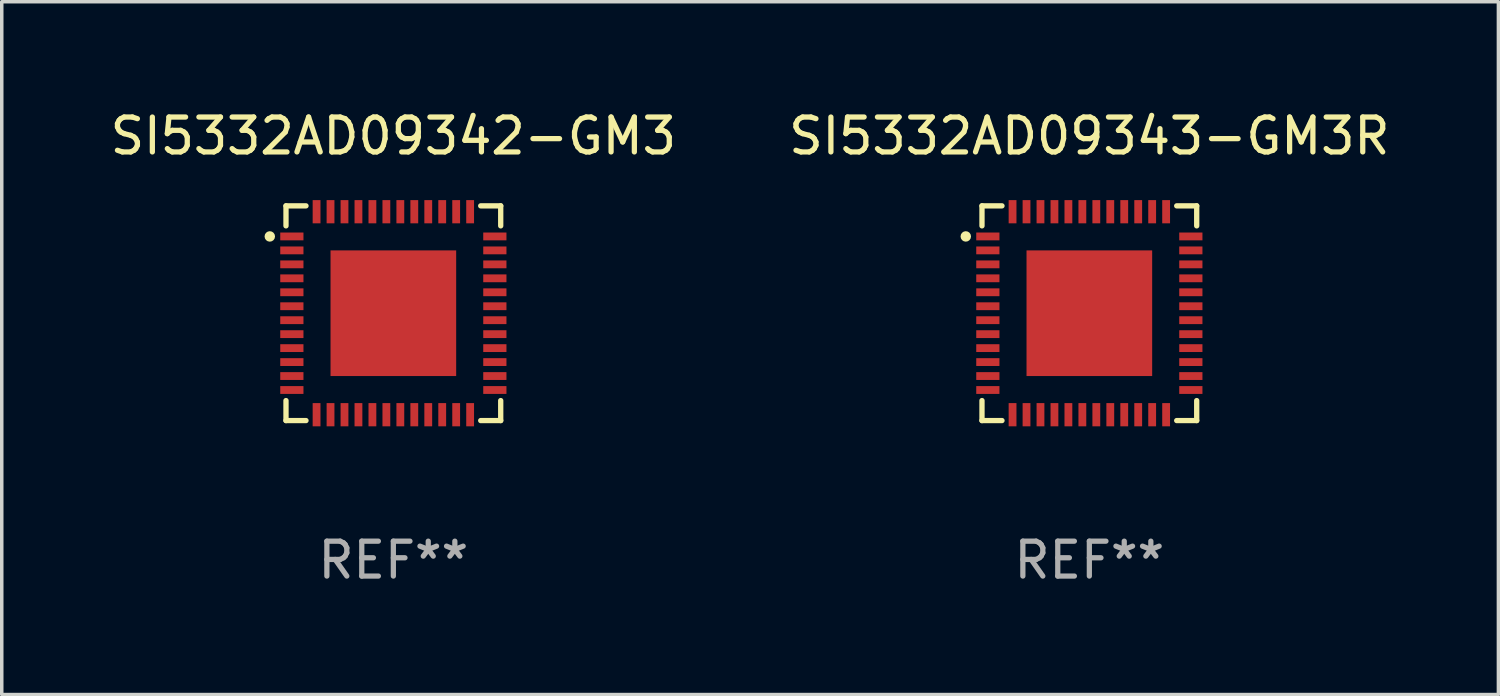
<source format=kicad_pcb>
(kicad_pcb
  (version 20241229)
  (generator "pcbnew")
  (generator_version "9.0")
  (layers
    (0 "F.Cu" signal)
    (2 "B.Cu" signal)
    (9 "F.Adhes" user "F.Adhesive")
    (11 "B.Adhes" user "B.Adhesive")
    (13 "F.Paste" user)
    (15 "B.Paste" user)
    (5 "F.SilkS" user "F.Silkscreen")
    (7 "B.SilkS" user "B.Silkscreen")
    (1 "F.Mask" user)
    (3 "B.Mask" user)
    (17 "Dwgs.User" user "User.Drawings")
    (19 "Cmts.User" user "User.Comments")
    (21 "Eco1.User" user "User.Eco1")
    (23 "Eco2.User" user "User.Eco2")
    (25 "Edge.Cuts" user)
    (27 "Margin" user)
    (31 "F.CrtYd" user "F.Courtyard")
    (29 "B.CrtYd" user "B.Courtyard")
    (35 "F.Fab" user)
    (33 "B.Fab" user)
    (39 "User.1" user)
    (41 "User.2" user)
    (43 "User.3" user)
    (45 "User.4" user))
  (footprint "SI5332AD09343-GM3R"
    (layer "F.Cu")
    (at 28.161 5.924)
    (property "Reference" "SI5332AD09343-GM3R" (at 0 -5.076 0) (layer "F.SilkS") (effects (font (size 1 1) (thickness 0.15))))
    (attr through_hole)
    (fp_line (start -3.076 -3.076) (end -3.076 -2.503) (stroke (width 0.152) (type solid)) (layer "F.SilkS"))
    (fp_line (start -3.076 3.076) (end -3.076 2.503) (stroke (width 0.152) (type solid)) (layer "F.SilkS"))
    (fp_line (start -2.503 -3.076) (end -3.076 -3.076) (stroke (width 0.152) (type solid)) (layer "F.SilkS"))
    (fp_line (start -2.503 3.076) (end -3.076 3.076) (stroke (width 0.152) (type solid)) (layer "F.SilkS"))
    (fp_line (start 2.503 -3.076) (end 3.076 -3.076) (stroke (width 0.152) (type solid)) (layer "F.SilkS"))
    (fp_line (start 2.503 3.076) (end 3.076 3.076) (stroke (width 0.152) (type solid)) (layer "F.SilkS"))
    (fp_line (start 3.076 -3.076) (end 3.076 -2.503) (stroke (width 0.152) (type solid)) (layer "F.SilkS"))
    (fp_line (start 3.076 3.076) (end 3.076 2.503) (stroke (width 0.152) (type solid)) (layer "F.SilkS"))
    (fp_circle (center -3.54 -2.2) (end -3.465 -2.2) (stroke (width 0.15) (type solid)) (fill no) (layer "F.SilkS"))
    (fp_text user "REF**" (at 0 7.076 0) (layer "F.Fab") (effects (font (size 1 1) (thickness 0.15))))
    (pad "1" smd rect (at -2.908 -2.2) (size 0.665 0.224) (layers "F.Cu" "F.Mask" "F.Paste"))
    (pad "2" smd rect (at -2.908 -1.8) (size 0.665 0.224) (layers "F.Cu" "F.Mask" "F.Paste"))
    (pad "3" smd rect (at -2.908 -1.4) (size 0.665 0.224) (layers "F.Cu" "F.Mask" "F.Paste"))
    (pad "4" smd rect (at -2.908 -1) (size 0.665 0.224) (layers "F.Cu" "F.Mask" "F.Paste"))
    (pad "5" smd rect (at -2.908 -0.6) (size 0.665 0.224) (layers "F.Cu" "F.Mask" "F.Paste"))
    (pad "6" smd rect (at -2.908 -0.2) (size 0.665 0.224) (layers "F.Cu" "F.Mask" "F.Paste"))
    (pad "7" smd rect (at -2.908 0.2) (size 0.665 0.224) (layers "F.Cu" "F.Mask" "F.Paste"))
    (pad "8" smd rect (at -2.908 0.6) (size 0.665 0.224) (layers "F.Cu" "F.Mask" "F.Paste"))
    (pad "9" smd rect (at -2.908 1) (size 0.665 0.224) (layers "F.Cu" "F.Mask" "F.Paste"))
    (pad "10" smd rect (at -2.908 1.4) (size 0.665 0.224) (layers "F.Cu" "F.Mask" "F.Paste"))
    (pad "11" smd rect (at -2.908 1.8) (size 0.665 0.224) (layers "F.Cu" "F.Mask" "F.Paste"))
    (pad "12" smd rect (at -2.908 2.2) (size 0.665 0.224) (layers "F.Cu" "F.Mask" "F.Paste"))
    (pad "13" smd rect (at -2.2 2.908) (size 0.224 0.665) (layers "F.Cu" "F.Mask" "F.Paste"))
    (pad "14" smd rect (at -1.8 2.908) (size 0.224 0.665) (layers "F.Cu" "F.Mask" "F.Paste"))
    (pad "15" smd rect (at -1.4 2.908) (size 0.224 0.665) (layers "F.Cu" "F.Mask" "F.Paste"))
    (pad "16" smd rect (at -1 2.908) (size 0.224 0.665) (layers "F.Cu" "F.Mask" "F.Paste"))
    (pad "17" smd rect (at -0.6 2.908) (size 0.224 0.665) (layers "F.Cu" "F.Mask" "F.Paste"))
    (pad "18" smd rect (at -0.2 2.908) (size 0.224 0.665) (layers "F.Cu" "F.Mask" "F.Paste"))
    (pad "19" smd rect (at 0.2 2.908) (size 0.224 0.665) (layers "F.Cu" "F.Mask" "F.Paste"))
    (pad "20" smd rect (at 0.6 2.908) (size 0.224 0.665) (layers "F.Cu" "F.Mask" "F.Paste"))
    (pad "21" smd rect (at 1 2.908) (size 0.224 0.665) (layers "F.Cu" "F.Mask" "F.Paste"))
    (pad "22" smd rect (at 1.4 2.908) (size 0.224 0.665) (layers "F.Cu" "F.Mask" "F.Paste"))
    (pad "23" smd rect (at 1.8 2.908) (size 0.224 0.665) (layers "F.Cu" "F.Mask" "F.Paste"))
    (pad "24" smd rect (at 2.2 2.908) (size 0.224 0.665) (layers "F.Cu" "F.Mask" "F.Paste"))
    (pad "25" smd rect (at 2.908 2.2) (size 0.665 0.224) (layers "F.Cu" "F.Mask" "F.Paste"))
    (pad "26" smd rect (at 2.908 1.8) (size 0.665 0.224) (layers "F.Cu" "F.Mask" "F.Paste"))
    (pad "27" smd rect (at 2.908 1.4) (size 0.665 0.224) (layers "F.Cu" "F.Mask" "F.Paste"))
    (pad "28" smd rect (at 2.908 1) (size 0.665 0.224) (layers "F.Cu" "F.Mask" "F.Paste"))
    (pad "29" smd rect (at 2.908 0.6) (size 0.665 0.224) (layers "F.Cu" "F.Mask" "F.Paste"))
    (pad "30" smd rect (at 2.908 0.2) (size 0.665 0.224) (layers "F.Cu" "F.Mask" "F.Paste"))
    (pad "31" smd rect (at 2.908 -0.2) (size 0.665 0.224) (layers "F.Cu" "F.Mask" "F.Paste"))
    (pad "32" smd rect (at 2.908 -0.6) (size 0.665 0.224) (layers "F.Cu" "F.Mask" "F.Paste"))
    (pad "33" smd rect (at 2.908 -1) (size 0.665 0.224) (layers "F.Cu" "F.Mask" "F.Paste"))
    (pad "34" smd rect (at 2.908 -1.4) (size 0.665 0.224) (layers "F.Cu" "F.Mask" "F.Paste"))
    (pad "35" smd rect (at 2.908 -1.8) (size 0.665 0.224) (layers "F.Cu" "F.Mask" "F.Paste"))
    (pad "36" smd rect (at 2.908 -2.2) (size 0.665 0.224) (layers "F.Cu" "F.Mask" "F.Paste"))
    (pad "37" smd rect (at 2.2 -2.908) (size 0.224 0.665) (layers "F.Cu" "F.Mask" "F.Paste"))
    (pad "38" smd rect (at 1.8 -2.908) (size 0.224 0.665) (layers "F.Cu" "F.Mask" "F.Paste"))
    (pad "39" smd rect (at 1.4 -2.908) (size 0.224 0.665) (layers "F.Cu" "F.Mask" "F.Paste"))
    (pad "40" smd rect (at 1 -2.908) (size 0.224 0.665) (layers "F.Cu" "F.Mask" "F.Paste"))
    (pad "41" smd rect (at 0.6 -2.908) (size 0.224 0.665) (layers "F.Cu" "F.Mask" "F.Paste"))
    (pad "42" smd rect (at 0.2 -2.908) (size 0.224 0.665) (layers "F.Cu" "F.Mask" "F.Paste"))
    (pad "43" smd rect (at -0.2 -2.908) (size 0.224 0.665) (layers "F.Cu" "F.Mask" "F.Paste"))
    (pad "44" smd rect (at -0.6 -2.908) (size 0.224 0.665) (layers "F.Cu" "F.Mask" "F.Paste"))
    (pad "45" smd rect (at -1 -2.908) (size 0.224 0.665) (layers "F.Cu" "F.Mask" "F.Paste"))
    (pad "46" smd rect (at -1.4 -2.908) (size 0.224 0.665) (layers "F.Cu" "F.Mask" "F.Paste"))
    (pad "47" smd rect (at -1.8 -2.908) (size 0.224 0.665) (layers "F.Cu" "F.Mask" "F.Paste"))
    (pad "48" smd rect (at -2.2 -2.908) (size 0.224 0.665) (layers "F.Cu" "F.Mask" "F.Paste"))
    (pad "49" smd rect (at 0 0) (size 3.6 3.6) (layers "F.Cu" "F.Mask" "F.Paste")))
  (footprint "SI5332AD09342-GM3"
    (layer "F.Cu")
    (at 8.22 5.924)
    (property "Reference" "SI5332AD09342-GM3" (at 0 -5.076 0) (layer "F.SilkS") (effects (font (size 1 1) (thickness 0.15))))
    (attr through_hole)
    (fp_line (start -3.076 -3.076) (end -3.076 -2.503) (stroke (width 0.152) (type solid)) (layer "F.SilkS"))
    (fp_line (start -3.076 3.076) (end -3.076 2.503) (stroke (width 0.152) (type solid)) (layer "F.SilkS"))
    (fp_line (start -2.503 -3.076) (end -3.076 -3.076) (stroke (width 0.152) (type solid)) (layer "F.SilkS"))
    (fp_line (start -2.503 3.076) (end -3.076 3.076) (stroke (width 0.152) (type solid)) (layer "F.SilkS"))
    (fp_line (start 2.503 -3.076) (end 3.076 -3.076) (stroke (width 0.152) (type solid)) (layer "F.SilkS"))
    (fp_line (start 2.503 3.076) (end 3.076 3.076) (stroke (width 0.152) (type solid)) (layer "F.SilkS"))
    (fp_line (start 3.076 -3.076) (end 3.076 -2.503) (stroke (width 0.152) (type solid)) (layer "F.SilkS"))
    (fp_line (start 3.076 3.076) (end 3.076 2.503) (stroke (width 0.152) (type solid)) (layer "F.SilkS"))
    (fp_circle (center -3.54 -2.2) (end -3.465 -2.2) (stroke (width 0.15) (type solid)) (fill no) (layer "F.SilkS"))
    (fp_text user "REF**" (at 0 7.076 0) (layer "F.Fab") (effects (font (size 1 1) (thickness 0.15))))
    (pad "1" smd rect (at -2.908 -2.2) (size 0.665 0.224) (layers "F.Cu" "F.Mask" "F.Paste"))
    (pad "2" smd rect (at -2.908 -1.8) (size 0.665 0.224) (layers "F.Cu" "F.Mask" "F.Paste"))
    (pad "3" smd rect (at -2.908 -1.4) (size 0.665 0.224) (layers "F.Cu" "F.Mask" "F.Paste"))
    (pad "4" smd rect (at -2.908 -1) (size 0.665 0.224) (layers "F.Cu" "F.Mask" "F.Paste"))
    (pad "5" smd rect (at -2.908 -0.6) (size 0.665 0.224) (layers "F.Cu" "F.Mask" "F.Paste"))
    (pad "6" smd rect (at -2.908 -0.2) (size 0.665 0.224) (layers "F.Cu" "F.Mask" "F.Paste"))
    (pad "7" smd rect (at -2.908 0.2) (size 0.665 0.224) (layers "F.Cu" "F.Mask" "F.Paste"))
    (pad "8" smd rect (at -2.908 0.6) (size 0.665 0.224) (layers "F.Cu" "F.Mask" "F.Paste"))
    (pad "9" smd rect (at -2.908 1) (size 0.665 0.224) (layers "F.Cu" "F.Mask" "F.Paste"))
    (pad "10" smd rect (at -2.908 1.4) (size 0.665 0.224) (layers "F.Cu" "F.Mask" "F.Paste"))
    (pad "11" smd rect (at -2.908 1.8) (size 0.665 0.224) (layers "F.Cu" "F.Mask" "F.Paste"))
    (pad "12" smd rect (at -2.908 2.2) (size 0.665 0.224) (layers "F.Cu" "F.Mask" "F.Paste"))
    (pad "13" smd rect (at -2.2 2.908) (size 0.224 0.665) (layers "F.Cu" "F.Mask" "F.Paste"))
    (pad "14" smd rect (at -1.8 2.908) (size 0.224 0.665) (layers "F.Cu" "F.Mask" "F.Paste"))
    (pad "15" smd rect (at -1.4 2.908) (size 0.224 0.665) (layers "F.Cu" "F.Mask" "F.Paste"))
    (pad "16" smd rect (at -1 2.908) (size 0.224 0.665) (layers "F.Cu" "F.Mask" "F.Paste"))
    (pad "17" smd rect (at -0.6 2.908) (size 0.224 0.665) (layers "F.Cu" "F.Mask" "F.Paste"))
    (pad "18" smd rect (at -0.2 2.908) (size 0.224 0.665) (layers "F.Cu" "F.Mask" "F.Paste"))
    (pad "19" smd rect (at 0.2 2.908) (size 0.224 0.665) (layers "F.Cu" "F.Mask" "F.Paste"))
    (pad "20" smd rect (at 0.6 2.908) (size 0.224 0.665) (layers "F.Cu" "F.Mask" "F.Paste"))
    (pad "21" smd rect (at 1 2.908) (size 0.224 0.665) (layers "F.Cu" "F.Mask" "F.Paste"))
    (pad "22" smd rect (at 1.4 2.908) (size 0.224 0.665) (layers "F.Cu" "F.Mask" "F.Paste"))
    (pad "23" smd rect (at 1.8 2.908) (size 0.224 0.665) (layers "F.Cu" "F.Mask" "F.Paste"))
    (pad "24" smd rect (at 2.2 2.908) (size 0.224 0.665) (layers "F.Cu" "F.Mask" "F.Paste"))
    (pad "25" smd rect (at 2.908 2.2) (size 0.665 0.224) (layers "F.Cu" "F.Mask" "F.Paste"))
    (pad "26" smd rect (at 2.908 1.8) (size 0.665 0.224) (layers "F.Cu" "F.Mask" "F.Paste"))
    (pad "27" smd rect (at 2.908 1.4) (size 0.665 0.224) (layers "F.Cu" "F.Mask" "F.Paste"))
    (pad "28" smd rect (at 2.908 1) (size 0.665 0.224) (layers "F.Cu" "F.Mask" "F.Paste"))
    (pad "29" smd rect (at 2.908 0.6) (size 0.665 0.224) (layers "F.Cu" "F.Mask" "F.Paste"))
    (pad "30" smd rect (at 2.908 0.2) (size 0.665 0.224) (layers "F.Cu" "F.Mask" "F.Paste"))
    (pad "31" smd rect (at 2.908 -0.2) (size 0.665 0.224) (layers "F.Cu" "F.Mask" "F.Paste"))
    (pad "32" smd rect (at 2.908 -0.6) (size 0.665 0.224) (layers "F.Cu" "F.Mask" "F.Paste"))
    (pad "33" smd rect (at 2.908 -1) (size 0.665 0.224) (layers "F.Cu" "F.Mask" "F.Paste"))
    (pad "34" smd rect (at 2.908 -1.4) (size 0.665 0.224) (layers "F.Cu" "F.Mask" "F.Paste"))
    (pad "35" smd rect (at 2.908 -1.8) (size 0.665 0.224) (layers "F.Cu" "F.Mask" "F.Paste"))
    (pad "36" smd rect (at 2.908 -2.2) (size 0.665 0.224) (layers "F.Cu" "F.Mask" "F.Paste"))
    (pad "37" smd rect (at 2.2 -2.908) (size 0.224 0.665) (layers "F.Cu" "F.Mask" "F.Paste"))
    (pad "38" smd rect (at 1.8 -2.908) (size 0.224 0.665) (layers "F.Cu" "F.Mask" "F.Paste"))
    (pad "39" smd rect (at 1.4 -2.908) (size 0.224 0.665) (layers "F.Cu" "F.Mask" "F.Paste"))
    (pad "40" smd rect (at 1 -2.908) (size 0.224 0.665) (layers "F.Cu" "F.Mask" "F.Paste"))
    (pad "41" smd rect (at 0.6 -2.908) (size 0.224 0.665) (layers "F.Cu" "F.Mask" "F.Paste"))
    (pad "42" smd rect (at 0.2 -2.908) (size 0.224 0.665) (layers "F.Cu" "F.Mask" "F.Paste"))
    (pad "43" smd rect (at -0.2 -2.908) (size 0.224 0.665) (layers "F.Cu" "F.Mask" "F.Paste"))
    (pad "44" smd rect (at -0.6 -2.908) (size 0.224 0.665) (layers "F.Cu" "F.Mask" "F.Paste"))
    (pad "45" smd rect (at -1 -2.908) (size 0.224 0.665) (layers "F.Cu" "F.Mask" "F.Paste"))
    (pad "46" smd rect (at -1.4 -2.908) (size 0.224 0.665) (layers "F.Cu" "F.Mask" "F.Paste"))
    (pad "47" smd rect (at -1.8 -2.908) (size 0.224 0.665) (layers "F.Cu" "F.Mask" "F.Paste"))
    (pad "48" smd rect (at -2.2 -2.908) (size 0.224 0.665) (layers "F.Cu" "F.Mask" "F.Paste"))
    (pad "49" smd rect (at 0 0) (size 3.6 3.6) (layers "F.Cu" "F.Mask" "F.Paste")))
  (gr_rect
    (start -3 -3)
    (end 39.881 16.849)
    (stroke (width 0.1) (type default))
    (fill no)
    (layer "Edge.Cuts")))
</source>
